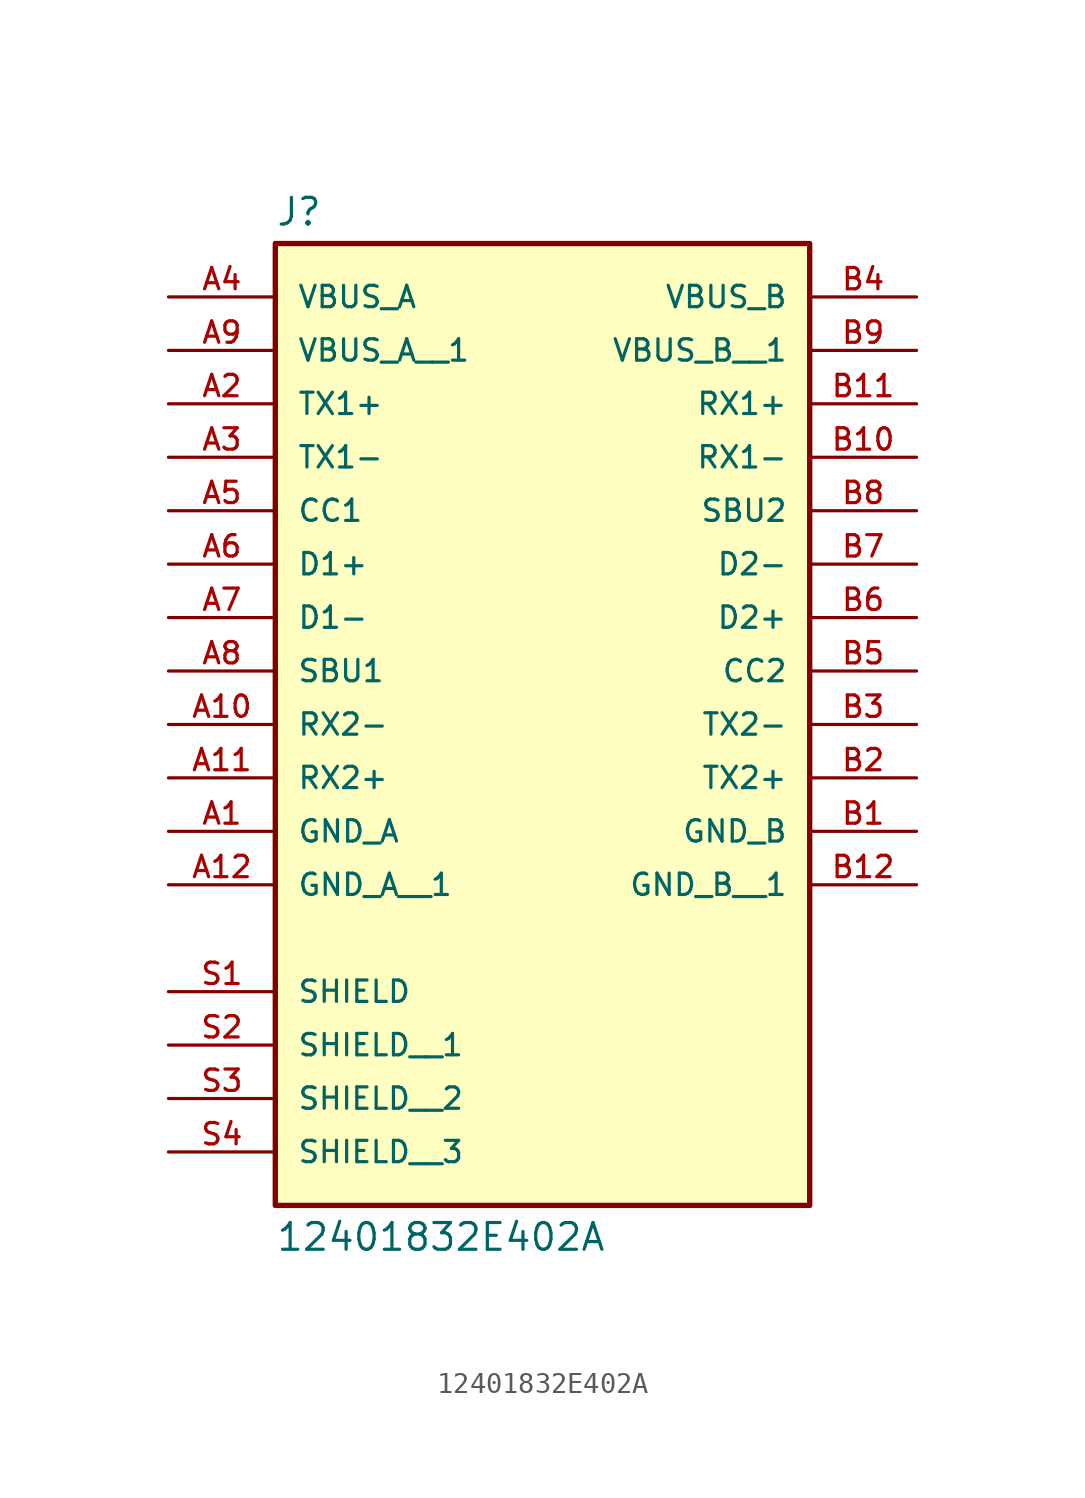
<source format=kicad_sym>
(kicad_symbol_lib
  (version 20211014)
  (generator kicad_symbol_editor)
  (symbol "12401832E402A"
    (pin_names
      (offset 1.016))
    (property "Reference" "J"
      (at -12.7 16.002 0)
      (effects (font (size 1.27 1.27)) (justify bottom left)))
    (property "Value" "12401832E402A"
      (at -12.7 -31.242 0.0)
      (effects (font (size 1.27 1.27)) (justify top left)))
    (symbol "12401832E402A_0_0"
      (rectangle (start -12.7 -30.48) (end 12.7 15.24) (stroke (width 0.254)) (fill (type background)))
      (pin power_in line (at -17.78 -12.7 0) (length 5.08) (name "GND_A" (effects (font (size 1.016 1.016)))) (number "A1" (effects (font (size 1.016 1.016)))))
      (pin bidirectional line (at -17.78 5.08 0) (length 5.08) (name "TX1-" (effects (font (size 1.016 1.016)))) (number "A3" (effects (font (size 1.016 1.016)))))
      (pin bidirectional line (at -17.78 7.62 0) (length 5.08) (name "TX1+" (effects (font (size 1.016 1.016)))) (number "A2" (effects (font (size 1.016 1.016)))))
      (pin power_in line (at -17.78 12.7 0) (length 5.08) (name "VBUS_A" (effects (font (size 1.016 1.016)))) (number "A4" (effects (font (size 1.016 1.016)))))
      (pin bidirectional line (at -17.78 0.0 0) (length 5.08) (name "D1+" (effects (font (size 1.016 1.016)))) (number "A6" (effects (font (size 1.016 1.016)))))
      (pin bidirectional line (at -17.78 2.54 0) (length 5.08) (name "CC1" (effects (font (size 1.016 1.016)))) (number "A5" (effects (font (size 1.016 1.016)))))
      (pin bidirectional line (at -17.78 -5.08 0) (length 5.08) (name "SBU1" (effects (font (size 1.016 1.016)))) (number "A8" (effects (font (size 1.016 1.016)))))
      (pin bidirectional line (at -17.78 -2.54 0) (length 5.08) (name "D1-" (effects (font (size 1.016 1.016)))) (number "A7" (effects (font (size 1.016 1.016)))))
      (pin bidirectional line (at -17.78 -7.62 0) (length 5.08) (name "RX2-" (effects (font (size 1.016 1.016)))) (number "A10" (effects (font (size 1.016 1.016)))))
      (pin bidirectional line (at -17.78 -10.16 0) (length 5.08) (name "RX2+" (effects (font (size 1.016 1.016)))) (number "A11" (effects (font (size 1.016 1.016)))))
      (pin passive line (at -17.78 -20.32 0) (length 5.08) (name "SHIELD" (effects (font (size 1.016 1.016)))) (number "S1" (effects (font (size 1.016 1.016)))))
      (pin power_in line (at 17.78 -12.7 180.0) (length 5.08) (name "GND_B" (effects (font (size 1.016 1.016)))) (number "B1" (effects (font (size 1.016 1.016)))))
      (pin bidirectional line (at 17.78 -7.62 180.0) (length 5.08) (name "TX2-" (effects (font (size 1.016 1.016)))) (number "B3" (effects (font (size 1.016 1.016)))))
      (pin bidirectional line (at 17.78 -10.16 180.0) (length 5.08) (name "TX2+" (effects (font (size 1.016 1.016)))) (number "B2" (effects (font (size 1.016 1.016)))))
      (pin power_in line (at 17.78 12.7 180.0) (length 5.08) (name "VBUS_B" (effects (font (size 1.016 1.016)))) (number "B4" (effects (font (size 1.016 1.016)))))
      (pin bidirectional line (at 17.78 -2.54 180.0) (length 5.08) (name "D2+" (effects (font (size 1.016 1.016)))) (number "B6" (effects (font (size 1.016 1.016)))))
      (pin bidirectional line (at 17.78 -5.08 180.0) (length 5.08) (name "CC2" (effects (font (size 1.016 1.016)))) (number "B5" (effects (font (size 1.016 1.016)))))
      (pin bidirectional line (at 17.78 2.54 180.0) (length 5.08) (name "SBU2" (effects (font (size 1.016 1.016)))) (number "B8" (effects (font (size 1.016 1.016)))))
      (pin bidirectional line (at 17.78 0.0 180.0) (length 5.08) (name "D2-" (effects (font (size 1.016 1.016)))) (number "B7" (effects (font (size 1.016 1.016)))))
      (pin bidirectional line (at 17.78 5.08 180.0) (length 5.08) (name "RX1-" (effects (font (size 1.016 1.016)))) (number "B10" (effects (font (size 1.016 1.016)))))
      (pin bidirectional line (at 17.78 7.62 180.0) (length 5.08) (name "RX1+" (effects (font (size 1.016 1.016)))) (number "B11" (effects (font (size 1.016 1.016)))))
      (pin power_in line (at -17.78 10.16 0) (length 5.08) (name "VBUS_A__1" (effects (font (size 1.016 1.016)))) (number "A9" (effects (font (size 1.016 1.016)))))
      (pin power_in line (at -17.78 -15.24 0) (length 5.08) (name "GND_A__1" (effects (font (size 1.016 1.016)))) (number "A12" (effects (font (size 1.016 1.016)))))
      (pin passive line (at -17.78 -22.86 0) (length 5.08) (name "SHIELD__1" (effects (font (size 1.016 1.016)))) (number "S2" (effects (font (size 1.016 1.016)))))
      (pin passive line (at -17.78 -25.4 0) (length 5.08) (name "SHIELD__2" (effects (font (size 1.016 1.016)))) (number "S3" (effects (font (size 1.016 1.016)))))
      (pin passive line (at -17.78 -27.94 0) (length 5.08) (name "SHIELD__3" (effects (font (size 1.016 1.016)))) (number "S4" (effects (font (size 1.016 1.016)))))
      (pin power_in line (at 17.78 10.16 180.0) (length 5.08) (name "VBUS_B__1" (effects (font (size 1.016 1.016)))) (number "B9" (effects (font (size 1.016 1.016)))))
      (pin power_in line (at 17.78 -15.24 180.0) (length 5.08) (name "GND_B__1" (effects (font (size 1.016 1.016)))) (number "B12" (effects (font (size 1.016 1.016))))))))
</source>
